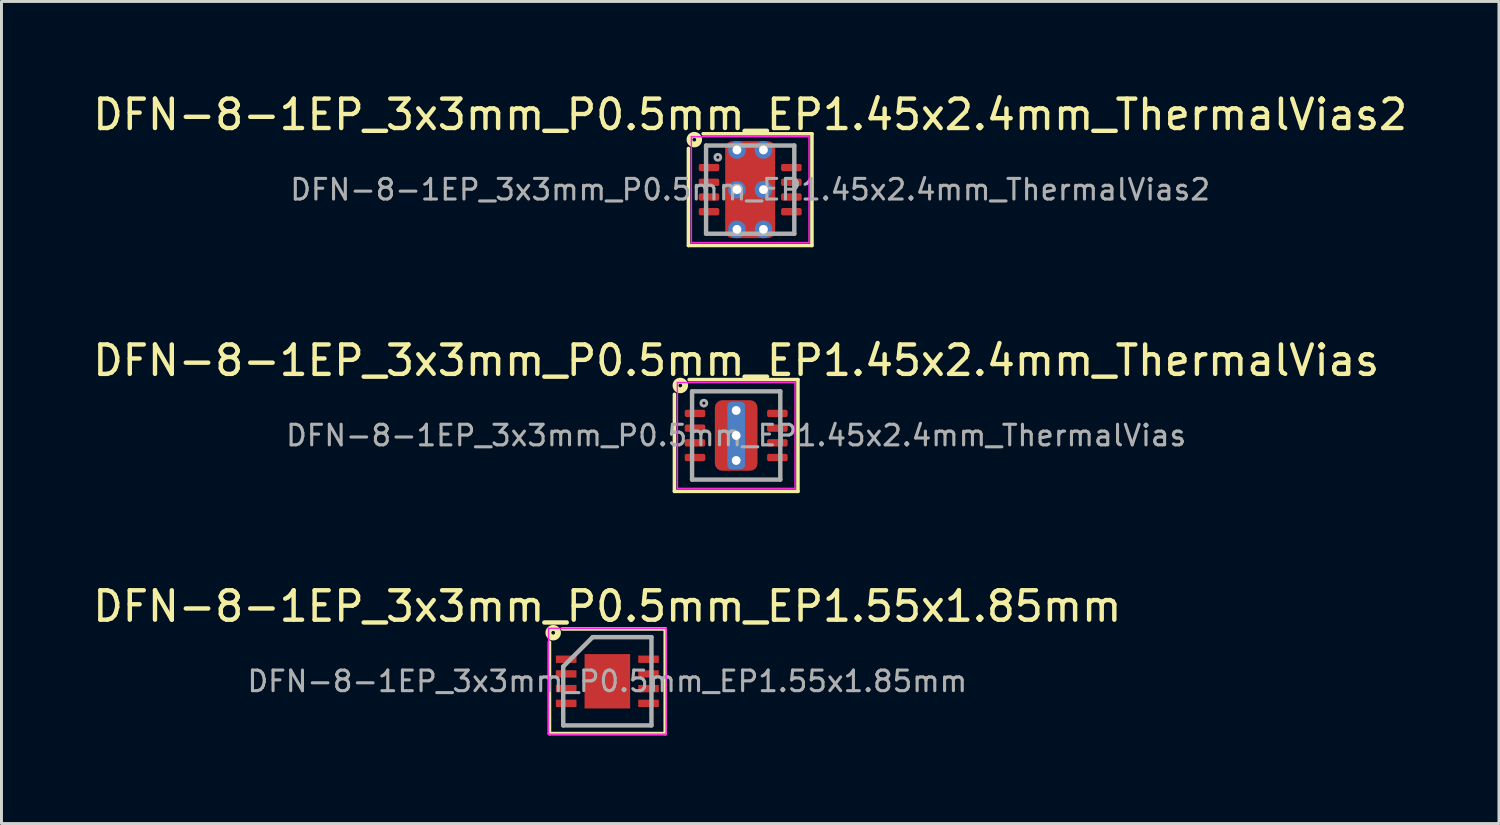
<source format=kicad_pcb>
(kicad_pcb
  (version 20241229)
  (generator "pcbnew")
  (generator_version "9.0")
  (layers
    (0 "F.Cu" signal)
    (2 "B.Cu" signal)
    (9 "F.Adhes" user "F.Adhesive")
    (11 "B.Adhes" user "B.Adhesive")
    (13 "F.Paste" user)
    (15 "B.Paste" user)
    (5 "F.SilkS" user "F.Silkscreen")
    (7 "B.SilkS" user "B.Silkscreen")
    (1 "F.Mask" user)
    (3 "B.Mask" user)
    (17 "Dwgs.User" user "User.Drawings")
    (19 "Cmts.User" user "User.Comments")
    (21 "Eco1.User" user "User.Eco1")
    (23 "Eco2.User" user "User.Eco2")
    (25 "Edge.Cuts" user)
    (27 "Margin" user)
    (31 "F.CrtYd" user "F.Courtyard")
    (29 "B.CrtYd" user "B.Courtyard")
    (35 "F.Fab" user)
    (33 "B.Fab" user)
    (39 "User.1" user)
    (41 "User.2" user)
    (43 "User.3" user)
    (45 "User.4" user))
  (footprint "DFN-8-1EP_3x3mm_P0.5mm_EP1.45x2.4mm_ThermalVias2"
    (layer "F.Cu")
    (at 22.458 3.398)
    (property "Reference" "DFN-8-1EP_3x3mm_P0.5mm_EP1.45x2.4mm_ThermalVias2" (at 0 -2.55 0) (layer "F.SilkS") (effects (font (size 1 1) (thickness 0.15))))
    (attr smd)
    (fp_line (start -2.1 1.9) (end -2.1 -1.4) (stroke (width 0.12) (type solid)) (layer "F.SilkS"))
    (fp_line (start -1.6 -1.9) (end 2.1 -1.9) (stroke (width 0.12) (type solid)) (layer "F.SilkS"))
    (fp_line (start 2.1 -1.9) (end 2.1 1.9) (stroke (width 0.12) (type solid)) (layer "F.SilkS"))
    (fp_line (start 2.1 1.9) (end -2.1 1.9) (stroke (width 0.12) (type solid)) (layer "F.SilkS"))
    (fp_circle (center -1.9 -1.7) (end -1.837 -1.7) (stroke (width 0.2) (type solid)) (fill no) (layer "F.SilkS"))
    (fp_line (start -2 -1.8) (end -2 1.8) (stroke (width 0.05) (type solid)) (layer "F.CrtYd"))
    (fp_line (start -2 -1.8) (end 2 -1.8) (stroke (width 0.05) (type solid)) (layer "F.CrtYd"))
    (fp_line (start -2 1.8) (end 2 1.8) (stroke (width 0.05) (type solid)) (layer "F.CrtYd"))
    (fp_line (start 2 -1.8) (end 2 1.8) (stroke (width 0.05) (type solid)) (layer "F.CrtYd"))
    (fp_line (start -1.5 -1.5) (end 1.5 -1.5) (stroke (width 0.15) (type solid)) (layer "F.Fab"))
    (fp_line (start -1.5 1.5) (end -1.5 -1.5) (stroke (width 0.15) (type solid)) (layer "F.Fab"))
    (fp_line (start 1.5 -1.5) (end 1.5 1.5) (stroke (width 0.15) (type solid)) (layer "F.Fab"))
    (fp_line (start 1.5 1.5) (end -1.5 1.5) (stroke (width 0.15) (type solid)) (layer "F.Fab"))
    (fp_circle (center -1.1 -1.1) (end -1 -1.1) (stroke (width 0.1) (type solid)) (fill no) (layer "F.Fab"))
    (fp_text user "${REFERENCE}" (at 0 0 0) (layer "F.Fab") (effects (font (size 0.7 0.7) (thickness 0.105))))
    (pad "" smd roundrect (at -0.375 -0.675) (size 0.55 0.55) (layers "F.Paste") (roundrect_rratio 0.25))
    (pad "" smd roundrect (at -0.375 0.675) (size 0.55 0.55) (layers "F.Paste") (roundrect_rratio 0.25))
    (pad "" smd roundrect (at 0 -0.675) (size 1.45 0.75) (layers "F.Mask") (roundrect_rratio 0.25))
    (pad "" smd roundrect (at 0 0.675) (size 1.45 0.75) (layers "F.Mask") (roundrect_rratio 0.25))
    (pad "" smd roundrect (at 0.375 -0.675) (size 0.55 0.55) (layers "F.Paste") (roundrect_rratio 0.25))
    (pad "" smd roundrect (at 0.375 0.675) (size 0.55 0.55) (layers "F.Paste") (roundrect_rratio 0.25))
    (pad "1" smd roundrect (at -1.4 -0.75) (size 0.7 0.25) (layers "F.Cu" "F.Mask" "F.Paste") (roundrect_rratio 0.25))
    (pad "2" smd roundrect (at -1.4 -0.25) (size 0.7 0.25) (layers "F.Cu" "F.Mask" "F.Paste") (roundrect_rratio 0.25))
    (pad "3" smd roundrect (at -1.4 0.25) (size 0.7 0.25) (layers "F.Cu" "F.Mask" "F.Paste") (roundrect_rratio 0.25))
    (pad "4" smd roundrect (at -1.4 0.75) (size 0.7 0.25) (layers "F.Cu" "F.Mask" "F.Paste") (roundrect_rratio 0.25))
    (pad "5" smd roundrect (at 1.4 0.75) (size 0.7 0.25) (layers "F.Cu" "F.Mask" "F.Paste") (roundrect_rratio 0.25))
    (pad "6" smd roundrect (at 1.4 0.25) (size 0.7 0.25) (layers "F.Cu" "F.Mask" "F.Paste") (roundrect_rratio 0.25))
    (pad "7" smd roundrect (at 1.4 -0.25) (size 0.7 0.25) (layers "F.Cu" "F.Mask" "F.Paste") (roundrect_rratio 0.25))
    (pad "8" smd roundrect (at 1.4 -0.75) (size 0.7 0.25) (layers "F.Cu" "F.Mask" "F.Paste") (roundrect_rratio 0.25))
    (pad "9" thru_hole circle (at -0.45 -1.35) (size 0.6 0.6) (drill 0.3) (property pad_prop_heatsink) (layers "*.Cu" "*.Mask"))
    (pad "9" thru_hole circle (at -0.45 0) (size 0.6 0.6) (drill 0.3) (property pad_prop_heatsink) (layers "*.Cu" "*.Mask"))
    (pad "9" thru_hole circle (at -0.45 1.35) (size 0.6 0.6) (drill 0.3) (property pad_prop_heatsink) (layers "*.Cu" "*.Mask"))
    (pad "9" smd roundrect (at 0 0) (size 1.7 3.3) (layers "F.Cu") (roundrect_rratio 0.147))
    (pad "9" thru_hole circle (at 0.45 -1.35) (size 0.6 0.6) (drill 0.3) (property pad_prop_heatsink) (layers "*.Cu" "*.Mask"))
    (pad "9" thru_hole circle (at 0.45 0) (size 0.6 0.6) (drill 0.3) (property pad_prop_heatsink) (layers "*.Cu" "*.Mask"))
    (pad "9" thru_hole circle (at 0.45 1.35) (size 0.6 0.6) (drill 0.3) (property pad_prop_heatsink) (layers "*.Cu" "*.Mask")))
  (footprint "DFN-8-1EP_3x3mm_P0.5mm_EP1.45x2.4mm_ThermalVias"
    (layer "F.Cu")
    (at 21.982 11.757)
    (property "Reference" "DFN-8-1EP_3x3mm_P0.5mm_EP1.45x2.4mm_ThermalVias" (at 0 -2.55 0) (layer "F.SilkS") (effects (font (size 1 1) (thickness 0.15))))
    (attr smd)
    (fp_line (start -2.1 1.9) (end -2.1 -1.4) (stroke (width 0.12) (type solid)) (layer "F.SilkS"))
    (fp_line (start -1.6 -1.9) (end 2.1 -1.9) (stroke (width 0.12) (type solid)) (layer "F.SilkS"))
    (fp_line (start 2.1 -1.9) (end 2.1 1.9) (stroke (width 0.12) (type solid)) (layer "F.SilkS"))
    (fp_line (start 2.1 1.9) (end -2.1 1.9) (stroke (width 0.12) (type solid)) (layer "F.SilkS"))
    (fp_circle (center -1.9 -1.7) (end -1.837 -1.7) (stroke (width 0.2) (type solid)) (fill no) (layer "F.SilkS"))
    (fp_line (start -2 -1.8) (end -2 1.8) (stroke (width 0.05) (type solid)) (layer "F.CrtYd"))
    (fp_line (start -2 -1.8) (end 2 -1.8) (stroke (width 0.05) (type solid)) (layer "F.CrtYd"))
    (fp_line (start -2 1.8) (end 2 1.8) (stroke (width 0.05) (type solid)) (layer "F.CrtYd"))
    (fp_line (start 2 -1.8) (end 2 1.8) (stroke (width 0.05) (type solid)) (layer "F.CrtYd"))
    (fp_line (start -1.5 -1.5) (end 1.5 -1.5) (stroke (width 0.15) (type solid)) (layer "F.Fab"))
    (fp_line (start -1.5 1.5) (end -1.5 -1.5) (stroke (width 0.15) (type solid)) (layer "F.Fab"))
    (fp_line (start 1.5 -1.5) (end 1.5 1.5) (stroke (width 0.15) (type solid)) (layer "F.Fab"))
    (fp_line (start 1.5 1.5) (end -1.5 1.5) (stroke (width 0.15) (type solid)) (layer "F.Fab"))
    (fp_circle (center -1.1 -1.1) (end -1 -1.1) (stroke (width 0.1) (type solid)) (fill no) (layer "F.Fab"))
    (fp_text user "${REFERENCE}" (at 0 0 0) (layer "F.Fab") (effects (font (size 0.7 0.7) (thickness 0.105))))
    (pad "" smd roundrect (at -0.35 -0.595) (size 0.5 1) (layers "F.Paste") (roundrect_rratio 0.25))
    (pad "" smd roundrect (at -0.35 0.595) (size 0.5 1) (layers "F.Paste") (roundrect_rratio 0.25))
    (pad "" smd roundrect (at 0.35 -0.595) (size 0.5 1) (layers "F.Paste") (roundrect_rratio 0.25))
    (pad "" smd roundrect (at 0.35 0.595) (size 0.5 1) (layers "F.Paste") (roundrect_rratio 0.25))
    (pad "1" smd roundrect (at -1.4 -0.75) (size 0.7 0.25) (layers "F.Cu" "F.Mask" "F.Paste") (roundrect_rratio 0.25))
    (pad "2" smd roundrect (at -1.4 -0.25) (size 0.7 0.25) (layers "F.Cu" "F.Mask" "F.Paste") (roundrect_rratio 0.25))
    (pad "3" smd roundrect (at -1.4 0.25) (size 0.7 0.25) (layers "F.Cu" "F.Mask" "F.Paste") (roundrect_rratio 0.25))
    (pad "4" smd roundrect (at -1.4 0.75) (size 0.7 0.25) (layers "F.Cu" "F.Mask" "F.Paste") (roundrect_rratio 0.25))
    (pad "5" smd roundrect (at 1.4 0.75) (size 0.7 0.25) (layers "F.Cu" "F.Mask" "F.Paste") (roundrect_rratio 0.25))
    (pad "6" smd roundrect (at 1.4 0.25) (size 0.7 0.25) (layers "F.Cu" "F.Mask" "F.Paste") (roundrect_rratio 0.25))
    (pad "7" smd roundrect (at 1.4 -0.25) (size 0.7 0.25) (layers "F.Cu" "F.Mask" "F.Paste") (roundrect_rratio 0.25))
    (pad "8" smd roundrect (at 1.4 -0.75) (size 0.7 0.25) (layers "F.Cu" "F.Mask" "F.Paste") (roundrect_rratio 0.25))
    (pad "9" thru_hole circle (at 0 -0.85) (size 0.6 0.6) (drill 0.3) (property pad_prop_heatsink) (layers "*.Cu"))
    (pad "9" thru_hole circle (at 0 0) (size 0.6 0.6) (drill 0.3) (property pad_prop_heatsink) (layers "*.Cu"))
    (pad "9" smd roundrect (at 0 0) (size 0.6 2.3) (layers "B.Cu" "B.Mask") (roundrect_rratio 0.25))
    (pad "9" smd roundrect (at 0 0) (size 1.45 2.4) (layers "F.Cu" "F.Mask") (roundrect_rratio 0.172))
    (pad "9" thru_hole circle (at 0 0.85) (size 0.6 0.6) (drill 0.3) (property pad_prop_heatsink) (layers "*.Cu")))
  (footprint "DFN-8-1EP_3x3mm_P0.5mm_EP1.55x1.85mm"
    (layer "F.Cu")
    (at 17.601 20.115)
    (property "Reference" "DFN-8-1EP_3x3mm_P0.5mm_EP1.55x1.85mm" (at 0 -2.55 0) (layer "F.SilkS") (effects (font (size 1 1) (thickness 0.15))))
    (attr smd)
    (fp_line (start -1.968 1.778) (end -1.968 -1.333) (stroke (width 0.12) (type solid)) (layer "F.SilkS"))
    (fp_line (start -1.524 -1.778) (end 1.968 -1.778) (stroke (width 0.12) (type solid)) (layer "F.SilkS"))
    (fp_line (start 1.968 -1.778) (end 1.968 1.778) (stroke (width 0.12) (type solid)) (layer "F.SilkS"))
    (fp_line (start 1.968 1.778) (end -1.968 1.778) (stroke (width 0.12) (type solid)) (layer "F.SilkS"))
    (fp_circle (center -1.841 -1.651) (end -1.778 -1.651) (stroke (width 0.2) (type solid)) (fill no) (layer "F.SilkS"))
    (fp_line (start -2 -1.8) (end -2 1.8) (stroke (width 0.05) (type solid)) (layer "F.CrtYd"))
    (fp_line (start -2 -1.8) (end 2 -1.8) (stroke (width 0.05) (type solid)) (layer "F.CrtYd"))
    (fp_line (start -2 1.8) (end 2 1.8) (stroke (width 0.05) (type solid)) (layer "F.CrtYd"))
    (fp_line (start 2 -1.8) (end 2 1.8) (stroke (width 0.05) (type solid)) (layer "F.CrtYd"))
    (fp_line (start -1.5 -0.5) (end -0.5 -1.5) (stroke (width 0.15) (type solid)) (layer "F.Fab"))
    (fp_line (start -1.5 1.5) (end -1.5 -0.5) (stroke (width 0.15) (type solid)) (layer "F.Fab"))
    (fp_line (start -0.5 -1.5) (end 1.5 -1.5) (stroke (width 0.15) (type solid)) (layer "F.Fab"))
    (fp_line (start 1.5 -1.5) (end 1.5 1.5) (stroke (width 0.15) (type solid)) (layer "F.Fab"))
    (fp_line (start 1.5 1.5) (end -1.5 1.5) (stroke (width 0.15) (type solid)) (layer "F.Fab"))
    (fp_text user "${REFERENCE}" (at 0 0 0) (layer "F.Fab") (effects (font (size 0.7 0.7) (thickness 0.105))))
    (pad "" smd rect (at -0.356 -0.457) (size 0.55 0.7) (layers "F.Paste"))
    (pad "" smd rect (at -0.356 0.457) (size 0.55 0.7) (layers "F.Paste"))
    (pad "" smd rect (at 0.356 -0.457) (size 0.55 0.7) (layers "F.Paste"))
    (pad "" smd rect (at 0.356 0.457) (size 0.55 0.7) (layers "F.Paste"))
    (pad "1" smd rect (at -1.4 -0.75) (size 0.7 0.25) (layers "F.Cu" "F.Mask" "F.Paste"))
    (pad "2" smd rect (at -1.4 -0.25) (size 0.7 0.25) (layers "F.Cu" "F.Mask" "F.Paste"))
    (pad "3" smd rect (at -1.4 0.25) (size 0.7 0.25) (layers "F.Cu" "F.Mask" "F.Paste"))
    (pad "4" smd rect (at -1.4 0.75) (size 0.7 0.25) (layers "F.Cu" "F.Mask" "F.Paste"))
    (pad "5" smd rect (at 1.4 0.75) (size 0.7 0.25) (layers "F.Cu" "F.Mask" "F.Paste"))
    (pad "6" smd rect (at 1.4 0.25) (size 0.7 0.25) (layers "F.Cu" "F.Mask" "F.Paste"))
    (pad "7" smd rect (at 1.4 -0.25) (size 0.7 0.25) (layers "F.Cu" "F.Mask" "F.Paste"))
    (pad "8" smd rect (at 1.4 -0.75) (size 0.7 0.25) (layers "F.Cu" "F.Mask" "F.Paste"))
    (pad "9" smd rect (at 0 0) (size 1.55 1.85) (layers "F.Cu" "F.Mask")))
  (gr_rect
    (start -3 -3)
    (end 47.917 24.953)
    (stroke (width 0.1) (type default))
    (fill no)
    (layer "Edge.Cuts")))
</source>
